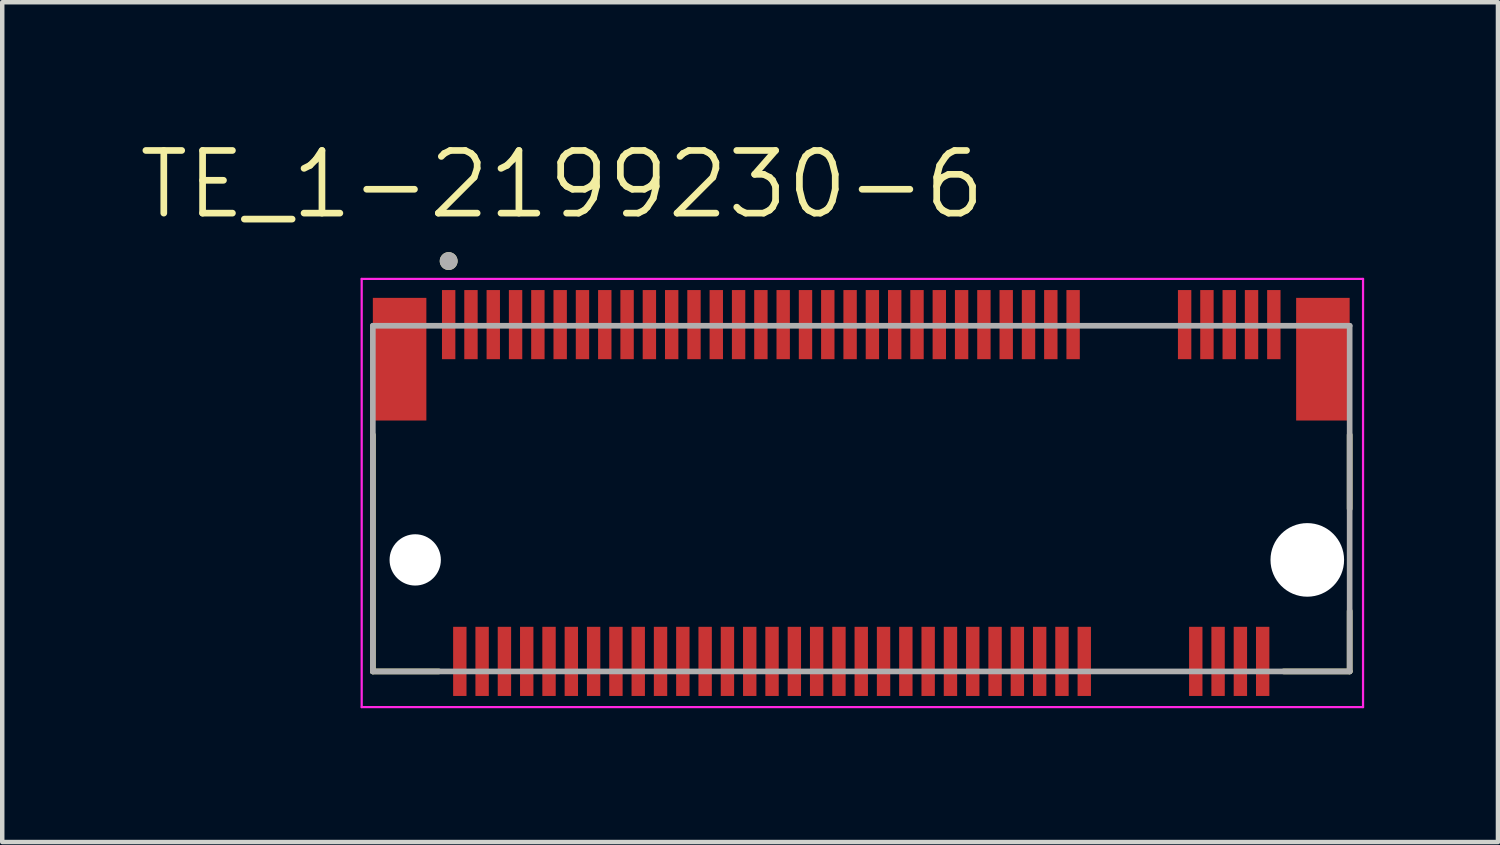
<source format=kicad_pcb>
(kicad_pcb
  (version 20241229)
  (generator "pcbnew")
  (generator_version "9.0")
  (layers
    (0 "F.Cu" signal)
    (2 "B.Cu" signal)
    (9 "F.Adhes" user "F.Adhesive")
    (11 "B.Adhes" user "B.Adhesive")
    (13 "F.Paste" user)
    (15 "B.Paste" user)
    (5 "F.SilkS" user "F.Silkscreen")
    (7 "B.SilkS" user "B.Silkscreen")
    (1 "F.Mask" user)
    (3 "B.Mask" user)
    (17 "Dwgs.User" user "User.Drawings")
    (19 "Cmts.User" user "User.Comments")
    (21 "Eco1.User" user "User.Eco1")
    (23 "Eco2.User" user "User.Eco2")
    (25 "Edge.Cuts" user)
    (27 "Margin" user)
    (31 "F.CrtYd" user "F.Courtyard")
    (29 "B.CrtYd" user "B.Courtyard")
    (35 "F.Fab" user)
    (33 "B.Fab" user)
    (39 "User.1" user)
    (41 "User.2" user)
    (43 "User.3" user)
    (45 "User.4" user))
  (footprint "TE_1-2199230-6"
    (layer "F.Cu")
    (at 16.259 9.503)
    (property "Reference" "TE_1-2199230-6" (at -6.705 -8.417 0) (layer "F.SilkS") (effects (font (size 1.405 1.405) (thickness 0.15))))
    (attr smd)
    (fp_line (start -10.95 2.5) (end -10.95 -2.805) (stroke (width 0.127) (type solid)) (layer "F.SilkS"))
    (fp_line (start -9.47 2.5) (end -10.95 2.5) (stroke (width 0.127) (type solid)) (layer "F.SilkS"))
    (fp_line (start 10.95 -2.805) (end 10.95 -1.145) (stroke (width 0.127) (type solid)) (layer "F.SilkS"))
    (fp_line (start 10.95 2.5) (end 9.47 2.5) (stroke (width 0.127) (type solid)) (layer "F.SilkS"))
    (fp_line (start 10.95 2.5) (end 10.95 1.145) (stroke (width 0.127) (type solid)) (layer "F.SilkS"))
    (fp_circle (center -9.25 -6.7) (end -9.15 -6.7) (stroke (width 0.2) (type solid)) (fill no) (layer "F.SilkS"))
    (fp_line (start -11.2 -6.3) (end -11.2 3.3) (stroke (width 0.05) (type solid)) (layer "F.CrtYd"))
    (fp_line (start -11.2 3.3) (end 11.25 3.3) (stroke (width 0.05) (type solid)) (layer "F.CrtYd"))
    (fp_line (start 11.25 -6.3) (end -11.2 -6.3) (stroke (width 0.05) (type solid)) (layer "F.CrtYd"))
    (fp_line (start 11.25 3.3) (end 11.25 -6.3) (stroke (width 0.05) (type solid)) (layer "F.CrtYd"))
    (fp_line (start -10.95 -5.25) (end 10.95 -5.25) (stroke (width 0.127) (type solid)) (layer "F.Fab"))
    (fp_line (start -10.95 2.5) (end -10.95 -5.25) (stroke (width 0.127) (type solid)) (layer "F.Fab"))
    (fp_line (start 10.95 -5.25) (end 10.95 2.5) (stroke (width 0.127) (type solid)) (layer "F.Fab"))
    (fp_line (start 10.95 2.5) (end -10.95 2.5) (stroke (width 0.127) (type solid)) (layer "F.Fab"))
    (fp_circle (center -9.25 -6.7) (end -9.15 -6.7) (stroke (width 0.2) (type solid)) (fill no) (layer "F.Fab"))
    (pad "" np_thru_hole circle (at -10 0) (size 1.15 1.15) (drill 1.15) (layers "*.Cu" "*.Mask"))
    (pad "" np_thru_hole circle (at 10 0) (size 1.65 1.65) (drill 1.65) (layers "*.Cu" "*.Mask"))
    (pad "1" smd rect (at -9.25 -5.275) (size 0.3 1.55) (layers "F.Cu" "F.Mask" "F.Paste"))
    (pad "2" smd rect (at -9 2.275) (size 0.3 1.55) (layers "F.Cu" "F.Mask" "F.Paste"))
    (pad "3" smd rect (at -8.75 -5.275) (size 0.3 1.55) (layers "F.Cu" "F.Mask" "F.Paste"))
    (pad "4" smd rect (at -8.5 2.275) (size 0.3 1.55) (layers "F.Cu" "F.Mask" "F.Paste"))
    (pad "5" smd rect (at -8.25 -5.275) (size 0.3 1.55) (layers "F.Cu" "F.Mask" "F.Paste"))
    (pad "6" smd rect (at -8 2.275) (size 0.3 1.55) (layers "F.Cu" "F.Mask" "F.Paste"))
    (pad "7" smd rect (at -7.75 -5.275) (size 0.3 1.55) (layers "F.Cu" "F.Mask" "F.Paste"))
    (pad "8" smd rect (at -7.5 2.275) (size 0.3 1.55) (layers "F.Cu" "F.Mask" "F.Paste"))
    (pad "9" smd rect (at -7.25 -5.275) (size 0.3 1.55) (layers "F.Cu" "F.Mask" "F.Paste"))
    (pad "10" smd rect (at -7 2.275) (size 0.3 1.55) (layers "F.Cu" "F.Mask" "F.Paste"))
    (pad "11" smd rect (at -6.75 -5.275) (size 0.3 1.55) (layers "F.Cu" "F.Mask" "F.Paste"))
    (pad "12" smd rect (at -6.5 2.275) (size 0.3 1.55) (layers "F.Cu" "F.Mask" "F.Paste"))
    (pad "13" smd rect (at -6.25 -5.275) (size 0.3 1.55) (layers "F.Cu" "F.Mask" "F.Paste"))
    (pad "14" smd rect (at -6 2.275) (size 0.3 1.55) (layers "F.Cu" "F.Mask" "F.Paste"))
    (pad "15" smd rect (at -5.75 -5.275) (size 0.3 1.55) (layers "F.Cu" "F.Mask" "F.Paste"))
    (pad "16" smd rect (at -5.5 2.275) (size 0.3 1.55) (layers "F.Cu" "F.Mask" "F.Paste"))
    (pad "17" smd rect (at -5.25 -5.275) (size 0.3 1.55) (layers "F.Cu" "F.Mask" "F.Paste"))
    (pad "18" smd rect (at -5 2.275) (size 0.3 1.55) (layers "F.Cu" "F.Mask" "F.Paste"))
    (pad "19" smd rect (at -4.75 -5.275) (size 0.3 1.55) (layers "F.Cu" "F.Mask" "F.Paste"))
    (pad "20" smd rect (at -4.5 2.275) (size 0.3 1.55) (layers "F.Cu" "F.Mask" "F.Paste"))
    (pad "21" smd rect (at -4.25 -5.275) (size 0.3 1.55) (layers "F.Cu" "F.Mask" "F.Paste"))
    (pad "22" smd rect (at -4 2.275) (size 0.3 1.55) (layers "F.Cu" "F.Mask" "F.Paste"))
    (pad "23" smd rect (at -3.75 -5.275) (size 0.3 1.55) (layers "F.Cu" "F.Mask" "F.Paste"))
    (pad "24" smd rect (at -3.5 2.275) (size 0.3 1.55) (layers "F.Cu" "F.Mask" "F.Paste"))
    (pad "25" smd rect (at -3.25 -5.275) (size 0.3 1.55) (layers "F.Cu" "F.Mask" "F.Paste"))
    (pad "26" smd rect (at -3 2.275) (size 0.3 1.55) (layers "F.Cu" "F.Mask" "F.Paste"))
    (pad "27" smd rect (at -2.75 -5.275) (size 0.3 1.55) (layers "F.Cu" "F.Mask" "F.Paste"))
    (pad "28" smd rect (at -2.5 2.275) (size 0.3 1.55) (layers "F.Cu" "F.Mask" "F.Paste"))
    (pad "29" smd rect (at -2.25 -5.275) (size 0.3 1.55) (layers "F.Cu" "F.Mask" "F.Paste"))
    (pad "30" smd rect (at -2 2.275) (size 0.3 1.55) (layers "F.Cu" "F.Mask" "F.Paste"))
    (pad "31" smd rect (at -1.75 -5.275) (size 0.3 1.55) (layers "F.Cu" "F.Mask" "F.Paste"))
    (pad "32" smd rect (at -1.5 2.275) (size 0.3 1.55) (layers "F.Cu" "F.Mask" "F.Paste"))
    (pad "33" smd rect (at -1.25 -5.275) (size 0.3 1.55) (layers "F.Cu" "F.Mask" "F.Paste"))
    (pad "34" smd rect (at -1 2.275) (size 0.3 1.55) (layers "F.Cu" "F.Mask" "F.Paste"))
    (pad "35" smd rect (at -0.75 -5.275) (size 0.3 1.55) (layers "F.Cu" "F.Mask" "F.Paste"))
    (pad "36" smd rect (at -0.5 2.275) (size 0.3 1.55) (layers "F.Cu" "F.Mask" "F.Paste"))
    (pad "37" smd rect (at -0.25 -5.275) (size 0.3 1.55) (layers "F.Cu" "F.Mask" "F.Paste"))
    (pad "38" smd rect (at 0 2.275) (size 0.3 1.55) (layers "F.Cu" "F.Mask" "F.Paste"))
    (pad "39" smd rect (at 0.25 -5.275) (size 0.3 1.55) (layers "F.Cu" "F.Mask" "F.Paste"))
    (pad "40" smd rect (at 0.5 2.275) (size 0.3 1.55) (layers "F.Cu" "F.Mask" "F.Paste"))
    (pad "41" smd rect (at 0.75 -5.275) (size 0.3 1.55) (layers "F.Cu" "F.Mask" "F.Paste"))
    (pad "42" smd rect (at 1 2.275) (size 0.3 1.55) (layers "F.Cu" "F.Mask" "F.Paste"))
    (pad "43" smd rect (at 1.25 -5.275) (size 0.3 1.55) (layers "F.Cu" "F.Mask" "F.Paste"))
    (pad "44" smd rect (at 1.5 2.275) (size 0.3 1.55) (layers "F.Cu" "F.Mask" "F.Paste"))
    (pad "45" smd rect (at 1.75 -5.275) (size 0.3 1.55) (layers "F.Cu" "F.Mask" "F.Paste"))
    (pad "46" smd rect (at 2 2.275) (size 0.3 1.55) (layers "F.Cu" "F.Mask" "F.Paste"))
    (pad "47" smd rect (at 2.25 -5.275) (size 0.3 1.55) (layers "F.Cu" "F.Mask" "F.Paste"))
    (pad "48" smd rect (at 2.5 2.275) (size 0.3 1.55) (layers "F.Cu" "F.Mask" "F.Paste"))
    (pad "49" smd rect (at 2.75 -5.275) (size 0.3 1.55) (layers "F.Cu" "F.Mask" "F.Paste"))
    (pad "50" smd rect (at 3 2.275) (size 0.3 1.55) (layers "F.Cu" "F.Mask" "F.Paste"))
    (pad "51" smd rect (at 3.25 -5.275) (size 0.3 1.55) (layers "F.Cu" "F.Mask" "F.Paste"))
    (pad "52" smd rect (at 3.5 2.275) (size 0.3 1.55) (layers "F.Cu" "F.Mask" "F.Paste"))
    (pad "53" smd rect (at 3.75 -5.275) (size 0.3 1.55) (layers "F.Cu" "F.Mask" "F.Paste"))
    (pad "54" smd rect (at 4 2.275) (size 0.3 1.55) (layers "F.Cu" "F.Mask" "F.Paste"))
    (pad "55" smd rect (at 4.25 -5.275) (size 0.3 1.55) (layers "F.Cu" "F.Mask" "F.Paste"))
    (pad "56" smd rect (at 4.5 2.275) (size 0.3 1.55) (layers "F.Cu" "F.Mask" "F.Paste"))
    (pad "57" smd rect (at 4.75 -5.275) (size 0.3 1.55) (layers "F.Cu" "F.Mask" "F.Paste"))
    (pad "58" smd rect (at 5 2.275) (size 0.3 1.55) (layers "F.Cu" "F.Mask" "F.Paste"))
    (pad "67" smd rect (at 7.25 -5.275) (size 0.3 1.55) (layers "F.Cu" "F.Mask" "F.Paste"))
    (pad "68" smd rect (at 7.5 2.275) (size 0.3 1.55) (layers "F.Cu" "F.Mask" "F.Paste"))
    (pad "69" smd rect (at 7.75 -5.275) (size 0.3 1.55) (layers "F.Cu" "F.Mask" "F.Paste"))
    (pad "70" smd rect (at 8 2.275) (size 0.3 1.55) (layers "F.Cu" "F.Mask" "F.Paste"))
    (pad "71" smd rect (at 8.25 -5.275) (size 0.3 1.55) (layers "F.Cu" "F.Mask" "F.Paste"))
    (pad "72" smd rect (at 8.5 2.275) (size 0.3 1.55) (layers "F.Cu" "F.Mask" "F.Paste"))
    (pad "73" smd rect (at 8.75 -5.275) (size 0.3 1.55) (layers "F.Cu" "F.Mask" "F.Paste"))
    (pad "74" smd rect (at 9 2.275) (size 0.3 1.55) (layers "F.Cu" "F.Mask" "F.Paste"))
    (pad "75" smd rect (at 9.25 -5.275) (size 0.3 1.55) (layers "F.Cu" "F.Mask" "F.Paste"))
    (pad "S1" smd rect (at -10.35 -4.5) (size 1.2 2.75) (layers "F.Cu" "F.Mask" "F.Paste"))
    (pad "S2" smd rect (at 10.35 -4.5) (size 1.2 2.75) (layers "F.Cu" "F.Mask" "F.Paste")))
  (gr_rect
    (start -3 -3)
    (end 30.534 15.828)
    (stroke (width 0.1) (type default))
    (fill no)
    (layer "Edge.Cuts")))
</source>
